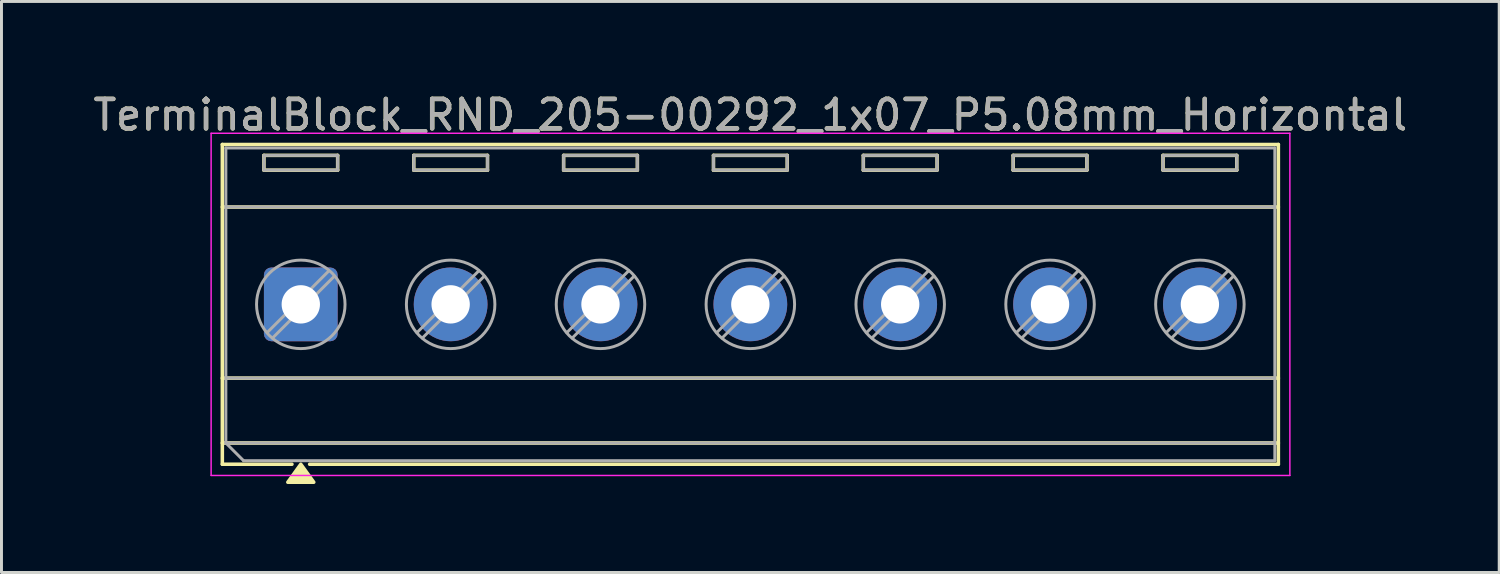
<source format=kicad_pcb>
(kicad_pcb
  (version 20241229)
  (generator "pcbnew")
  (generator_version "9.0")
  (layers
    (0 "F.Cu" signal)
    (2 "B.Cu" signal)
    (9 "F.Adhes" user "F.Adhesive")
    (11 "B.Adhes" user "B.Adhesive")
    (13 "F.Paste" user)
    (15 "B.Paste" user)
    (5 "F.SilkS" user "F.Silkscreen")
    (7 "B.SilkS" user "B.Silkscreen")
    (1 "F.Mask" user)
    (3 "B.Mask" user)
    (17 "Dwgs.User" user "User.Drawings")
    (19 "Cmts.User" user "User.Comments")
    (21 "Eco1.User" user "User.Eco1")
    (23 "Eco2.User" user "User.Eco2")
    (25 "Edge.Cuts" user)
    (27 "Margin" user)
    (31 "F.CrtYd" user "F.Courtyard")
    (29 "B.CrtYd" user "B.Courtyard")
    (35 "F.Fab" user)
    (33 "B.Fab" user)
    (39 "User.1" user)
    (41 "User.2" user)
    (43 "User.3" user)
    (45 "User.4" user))
  (footprint "TerminalBlock_RND_205-00292_1x07_P5.08mm_Horizontal"
    (layer "F.Cu")
    (at 7.147 7.268)
    (property "Reference" "TerminalBlock_RND_205-00292_1x07_P5.08mm_Horizontal" (at 15.24 -6.42 0) (layer "F.SilkS") (effects (font (size 1 1) (thickness 0.15))))
    (attr through_hole)
    (fp_line (start -2.66 -5.42) (end 33.14 -5.42) (stroke (width 0.12) (type solid)) (layer "F.SilkS"))
    (fp_line (start -2.66 -3.3) (end 33.14 -3.3) (stroke (width 0.12) (type solid)) (layer "F.SilkS"))
    (fp_line (start -2.66 2.5) (end 33.14 2.5) (stroke (width 0.12) (type solid)) (layer "F.SilkS"))
    (fp_line (start -2.66 4.7) (end 33.14 4.7) (stroke (width 0.12) (type solid)) (layer "F.SilkS"))
    (fp_line (start -2.66 5.42) (end -2.66 -5.42) (stroke (width 0.12) (type solid)) (layer "F.SilkS"))
    (fp_line (start -1.25 -5.05) (end 1.25 -5.05) (stroke (width 0.12) (type solid)) (layer "F.SilkS"))
    (fp_line (start -1.25 -4.55) (end -1.25 -5.05) (stroke (width 0.12) (type solid)) (layer "F.SilkS"))
    (fp_line (start -0.3 5.42) (end -2.66 5.42) (stroke (width 0.12) (type solid)) (layer "F.SilkS"))
    (fp_line (start 1.25 -5.05) (end 1.25 -4.55) (stroke (width 0.12) (type solid)) (layer "F.SilkS"))
    (fp_line (start 1.25 -4.55) (end -1.25 -4.55) (stroke (width 0.12) (type solid)) (layer "F.SilkS"))
    (fp_line (start 3.83 -5.05) (end 6.33 -5.05) (stroke (width 0.12) (type solid)) (layer "F.SilkS"))
    (fp_line (start 3.83 -4.55) (end 3.83 -5.05) (stroke (width 0.12) (type solid)) (layer "F.SilkS"))
    (fp_line (start 6.33 -5.05) (end 6.33 -4.55) (stroke (width 0.12) (type solid)) (layer "F.SilkS"))
    (fp_line (start 6.33 -4.55) (end 3.83 -4.55) (stroke (width 0.12) (type solid)) (layer "F.SilkS"))
    (fp_line (start 8.91 -5.05) (end 11.41 -5.05) (stroke (width 0.12) (type solid)) (layer "F.SilkS"))
    (fp_line (start 8.91 -4.55) (end 8.91 -5.05) (stroke (width 0.12) (type solid)) (layer "F.SilkS"))
    (fp_line (start 11.41 -5.05) (end 11.41 -4.55) (stroke (width 0.12) (type solid)) (layer "F.SilkS"))
    (fp_line (start 11.41 -4.55) (end 8.91 -4.55) (stroke (width 0.12) (type solid)) (layer "F.SilkS"))
    (fp_line (start 13.99 -5.05) (end 16.49 -5.05) (stroke (width 0.12) (type solid)) (layer "F.SilkS"))
    (fp_line (start 13.99 -4.55) (end 13.99 -5.05) (stroke (width 0.12) (type solid)) (layer "F.SilkS"))
    (fp_line (start 16.49 -5.05) (end 16.49 -4.55) (stroke (width 0.12) (type solid)) (layer "F.SilkS"))
    (fp_line (start 16.49 -4.55) (end 13.99 -4.55) (stroke (width 0.12) (type solid)) (layer "F.SilkS"))
    (fp_line (start 19.07 -5.05) (end 21.57 -5.05) (stroke (width 0.12) (type solid)) (layer "F.SilkS"))
    (fp_line (start 19.07 -4.55) (end 19.07 -5.05) (stroke (width 0.12) (type solid)) (layer "F.SilkS"))
    (fp_line (start 21.57 -5.05) (end 21.57 -4.55) (stroke (width 0.12) (type solid)) (layer "F.SilkS"))
    (fp_line (start 21.57 -4.55) (end 19.07 -4.55) (stroke (width 0.12) (type solid)) (layer "F.SilkS"))
    (fp_line (start 24.15 -5.05) (end 26.65 -5.05) (stroke (width 0.12) (type solid)) (layer "F.SilkS"))
    (fp_line (start 24.15 -4.55) (end 24.15 -5.05) (stroke (width 0.12) (type solid)) (layer "F.SilkS"))
    (fp_line (start 26.65 -5.05) (end 26.65 -4.55) (stroke (width 0.12) (type solid)) (layer "F.SilkS"))
    (fp_line (start 26.65 -4.55) (end 24.15 -4.55) (stroke (width 0.12) (type solid)) (layer "F.SilkS"))
    (fp_line (start 29.23 -5.05) (end 31.73 -5.05) (stroke (width 0.12) (type solid)) (layer "F.SilkS"))
    (fp_line (start 29.23 -4.55) (end 29.23 -5.05) (stroke (width 0.12) (type solid)) (layer "F.SilkS"))
    (fp_line (start 31.73 -5.05) (end 31.73 -4.55) (stroke (width 0.12) (type solid)) (layer "F.SilkS"))
    (fp_line (start 31.73 -4.55) (end 29.23 -4.55) (stroke (width 0.12) (type solid)) (layer "F.SilkS"))
    (fp_line (start 33.14 -5.42) (end 33.14 5.42) (stroke (width 0.12) (type solid)) (layer "F.SilkS"))
    (fp_line (start 33.14 5.42) (end 0.3 5.42) (stroke (width 0.12) (type solid)) (layer "F.SilkS"))
    (fp_poly (pts (xy 0 5.42) (xy 0.44 6.03) (xy -0.44 6.03)) (stroke (width 0.12) (type solid)) (fill yes) (layer "F.SilkS"))
    (fp_line (start -3.04 -5.8) (end -3.04 5.8) (stroke (width 0.05) (type solid)) (layer "F.CrtYd"))
    (fp_line (start -3.04 5.8) (end 33.53 5.8) (stroke (width 0.05) (type solid)) (layer "F.CrtYd"))
    (fp_line (start 33.53 -5.8) (end -3.04 -5.8) (stroke (width 0.05) (type solid)) (layer "F.CrtYd"))
    (fp_line (start 33.53 5.8) (end 33.53 -5.8) (stroke (width 0.05) (type solid)) (layer "F.CrtYd"))
    (fp_line (start -2.54 -5.3) (end 33.02 -5.3) (stroke (width 0.1) (type solid)) (layer "F.Fab"))
    (fp_line (start -2.54 -3.3) (end 33.02 -3.3) (stroke (width 0.1) (type solid)) (layer "F.Fab"))
    (fp_line (start -2.54 2.5) (end 33.02 2.5) (stroke (width 0.1) (type solid)) (layer "F.Fab"))
    (fp_line (start -2.54 4.7) (end -2.54 -5.3) (stroke (width 0.1) (type solid)) (layer "F.Fab"))
    (fp_line (start -2.54 4.7) (end 33.02 4.7) (stroke (width 0.1) (type solid)) (layer "F.Fab"))
    (fp_line (start -1.94 5.3) (end -2.54 4.7) (stroke (width 0.1) (type solid)) (layer "F.Fab"))
    (fp_line (start -1.25 -5.05) (end -1.25 -4.55) (stroke (width 0.1) (type solid)) (layer "F.Fab"))
    (fp_line (start -1.25 -4.55) (end 1.25 -4.55) (stroke (width 0.1) (type solid)) (layer "F.Fab"))
    (fp_line (start 0.955 -1.138) (end -1.138 0.955) (stroke (width 0.1) (type solid)) (layer "F.Fab"))
    (fp_line (start 1.138 -0.955) (end -0.955 1.138) (stroke (width 0.1) (type solid)) (layer "F.Fab"))
    (fp_line (start 1.25 -5.05) (end -1.25 -5.05) (stroke (width 0.1) (type solid)) (layer "F.Fab"))
    (fp_line (start 1.25 -4.55) (end 1.25 -5.05) (stroke (width 0.1) (type solid)) (layer "F.Fab"))
    (fp_line (start 3.83 -5.05) (end 3.83 -4.55) (stroke (width 0.1) (type solid)) (layer "F.Fab"))
    (fp_line (start 3.83 -4.55) (end 6.33 -4.55) (stroke (width 0.1) (type solid)) (layer "F.Fab"))
    (fp_line (start 6.035 -1.138) (end 3.942 0.955) (stroke (width 0.1) (type solid)) (layer "F.Fab"))
    (fp_line (start 6.218 -0.955) (end 4.125 1.138) (stroke (width 0.1) (type solid)) (layer "F.Fab"))
    (fp_line (start 6.33 -5.05) (end 3.83 -5.05) (stroke (width 0.1) (type solid)) (layer "F.Fab"))
    (fp_line (start 6.33 -4.55) (end 6.33 -5.05) (stroke (width 0.1) (type solid)) (layer "F.Fab"))
    (fp_line (start 8.91 -5.05) (end 8.91 -4.55) (stroke (width 0.1) (type solid)) (layer "F.Fab"))
    (fp_line (start 8.91 -4.55) (end 11.41 -4.55) (stroke (width 0.1) (type solid)) (layer "F.Fab"))
    (fp_line (start 11.115 -1.138) (end 9.022 0.955) (stroke (width 0.1) (type solid)) (layer "F.Fab"))
    (fp_line (start 11.298 -0.955) (end 9.205 1.138) (stroke (width 0.1) (type solid)) (layer "F.Fab"))
    (fp_line (start 11.41 -5.05) (end 8.91 -5.05) (stroke (width 0.1) (type solid)) (layer "F.Fab"))
    (fp_line (start 11.41 -4.55) (end 11.41 -5.05) (stroke (width 0.1) (type solid)) (layer "F.Fab"))
    (fp_line (start 13.99 -5.05) (end 13.99 -4.55) (stroke (width 0.1) (type solid)) (layer "F.Fab"))
    (fp_line (start 13.99 -4.55) (end 16.49 -4.55) (stroke (width 0.1) (type solid)) (layer "F.Fab"))
    (fp_line (start 16.195 -1.138) (end 14.102 0.955) (stroke (width 0.1) (type solid)) (layer "F.Fab"))
    (fp_line (start 16.378 -0.955) (end 14.285 1.138) (stroke (width 0.1) (type solid)) (layer "F.Fab"))
    (fp_line (start 16.49 -5.05) (end 13.99 -5.05) (stroke (width 0.1) (type solid)) (layer "F.Fab"))
    (fp_line (start 16.49 -4.55) (end 16.49 -5.05) (stroke (width 0.1) (type solid)) (layer "F.Fab"))
    (fp_line (start 19.07 -5.05) (end 19.07 -4.55) (stroke (width 0.1) (type solid)) (layer "F.Fab"))
    (fp_line (start 19.07 -4.55) (end 21.57 -4.55) (stroke (width 0.1) (type solid)) (layer "F.Fab"))
    (fp_line (start 21.275 -1.138) (end 19.182 0.955) (stroke (width 0.1) (type solid)) (layer "F.Fab"))
    (fp_line (start 21.458 -0.955) (end 19.365 1.138) (stroke (width 0.1) (type solid)) (layer "F.Fab"))
    (fp_line (start 21.57 -5.05) (end 19.07 -5.05) (stroke (width 0.1) (type solid)) (layer "F.Fab"))
    (fp_line (start 21.57 -4.55) (end 21.57 -5.05) (stroke (width 0.1) (type solid)) (layer "F.Fab"))
    (fp_line (start 24.15 -5.05) (end 24.15 -4.55) (stroke (width 0.1) (type solid)) (layer "F.Fab"))
    (fp_line (start 24.15 -4.55) (end 26.65 -4.55) (stroke (width 0.1) (type solid)) (layer "F.Fab"))
    (fp_line (start 26.355 -1.138) (end 24.262 0.955) (stroke (width 0.1) (type solid)) (layer "F.Fab"))
    (fp_line (start 26.538 -0.955) (end 24.445 1.138) (stroke (width 0.1) (type solid)) (layer "F.Fab"))
    (fp_line (start 26.65 -5.05) (end 24.15 -5.05) (stroke (width 0.1) (type solid)) (layer "F.Fab"))
    (fp_line (start 26.65 -4.55) (end 26.65 -5.05) (stroke (width 0.1) (type solid)) (layer "F.Fab"))
    (fp_line (start 29.23 -5.05) (end 29.23 -4.55) (stroke (width 0.1) (type solid)) (layer "F.Fab"))
    (fp_line (start 29.23 -4.55) (end 31.73 -4.55) (stroke (width 0.1) (type solid)) (layer "F.Fab"))
    (fp_line (start 31.435 -1.138) (end 29.342 0.955) (stroke (width 0.1) (type solid)) (layer "F.Fab"))
    (fp_line (start 31.618 -0.955) (end 29.525 1.138) (stroke (width 0.1) (type solid)) (layer "F.Fab"))
    (fp_line (start 31.73 -5.05) (end 29.23 -5.05) (stroke (width 0.1) (type solid)) (layer "F.Fab"))
    (fp_line (start 31.73 -4.55) (end 31.73 -5.05) (stroke (width 0.1) (type solid)) (layer "F.Fab"))
    (fp_line (start 33.02 -5.3) (end 33.02 5.3) (stroke (width 0.1) (type solid)) (layer "F.Fab"))
    (fp_line (start 33.02 5.3) (end -1.94 5.3) (stroke (width 0.1) (type solid)) (layer "F.Fab"))
    (fp_circle (center 0 0) (end 1.5 0) (stroke (width 0.1) (type solid)) (fill no) (layer "F.Fab"))
    (fp_circle (center 5.08 0) (end 6.58 0) (stroke (width 0.1) (type solid)) (fill no) (layer "F.Fab"))
    (fp_circle (center 10.16 0) (end 11.66 0) (stroke (width 0.1) (type solid)) (fill no) (layer "F.Fab"))
    (fp_circle (center 15.24 0) (end 16.74 0) (stroke (width 0.1) (type solid)) (fill no) (layer "F.Fab"))
    (fp_circle (center 20.32 0) (end 21.82 0) (stroke (width 0.1) (type solid)) (fill no) (layer "F.Fab"))
    (fp_circle (center 25.4 0) (end 26.9 0) (stroke (width 0.1) (type solid)) (fill no) (layer "F.Fab"))
    (fp_circle (center 30.48 0) (end 31.98 0) (stroke (width 0.1) (type solid)) (fill no) (layer "F.Fab"))
    (fp_text user "${REFERENCE}" (at 15.24 -6.42 0) (layer "F.Fab") (effects (font (size 1 1) (thickness 0.15))))
    (pad "1" thru_hole roundrect (at 0 0) (size 2.5 2.5) (drill 1.3) (layers "*.Cu" "*.Mask") (roundrect_rratio 0.1))
    (pad "2" thru_hole circle (at 5.08 0) (size 2.5 2.5) (drill 1.3) (layers "*.Cu" "*.Mask"))
    (pad "3" thru_hole circle (at 10.16 0) (size 2.5 2.5) (drill 1.3) (layers "*.Cu" "*.Mask"))
    (pad "4" thru_hole circle (at 15.24 0) (size 2.5 2.5) (drill 1.3) (layers "*.Cu" "*.Mask"))
    (pad "5" thru_hole circle (at 20.32 0) (size 2.5 2.5) (drill 1.3) (layers "*.Cu" "*.Mask"))
    (pad "6" thru_hole circle (at 25.4 0) (size 2.5 2.5) (drill 1.3) (layers "*.Cu" "*.Mask"))
    (pad "7" thru_hole circle (at 30.48 0) (size 2.5 2.5) (drill 1.3) (layers "*.Cu" "*.Mask")))
  (gr_rect
    (start -3 -3)
    (end 47.774 16.358)
    (stroke (width 0.1) (type default))
    (fill no)
    (layer "Edge.Cuts")))
</source>
